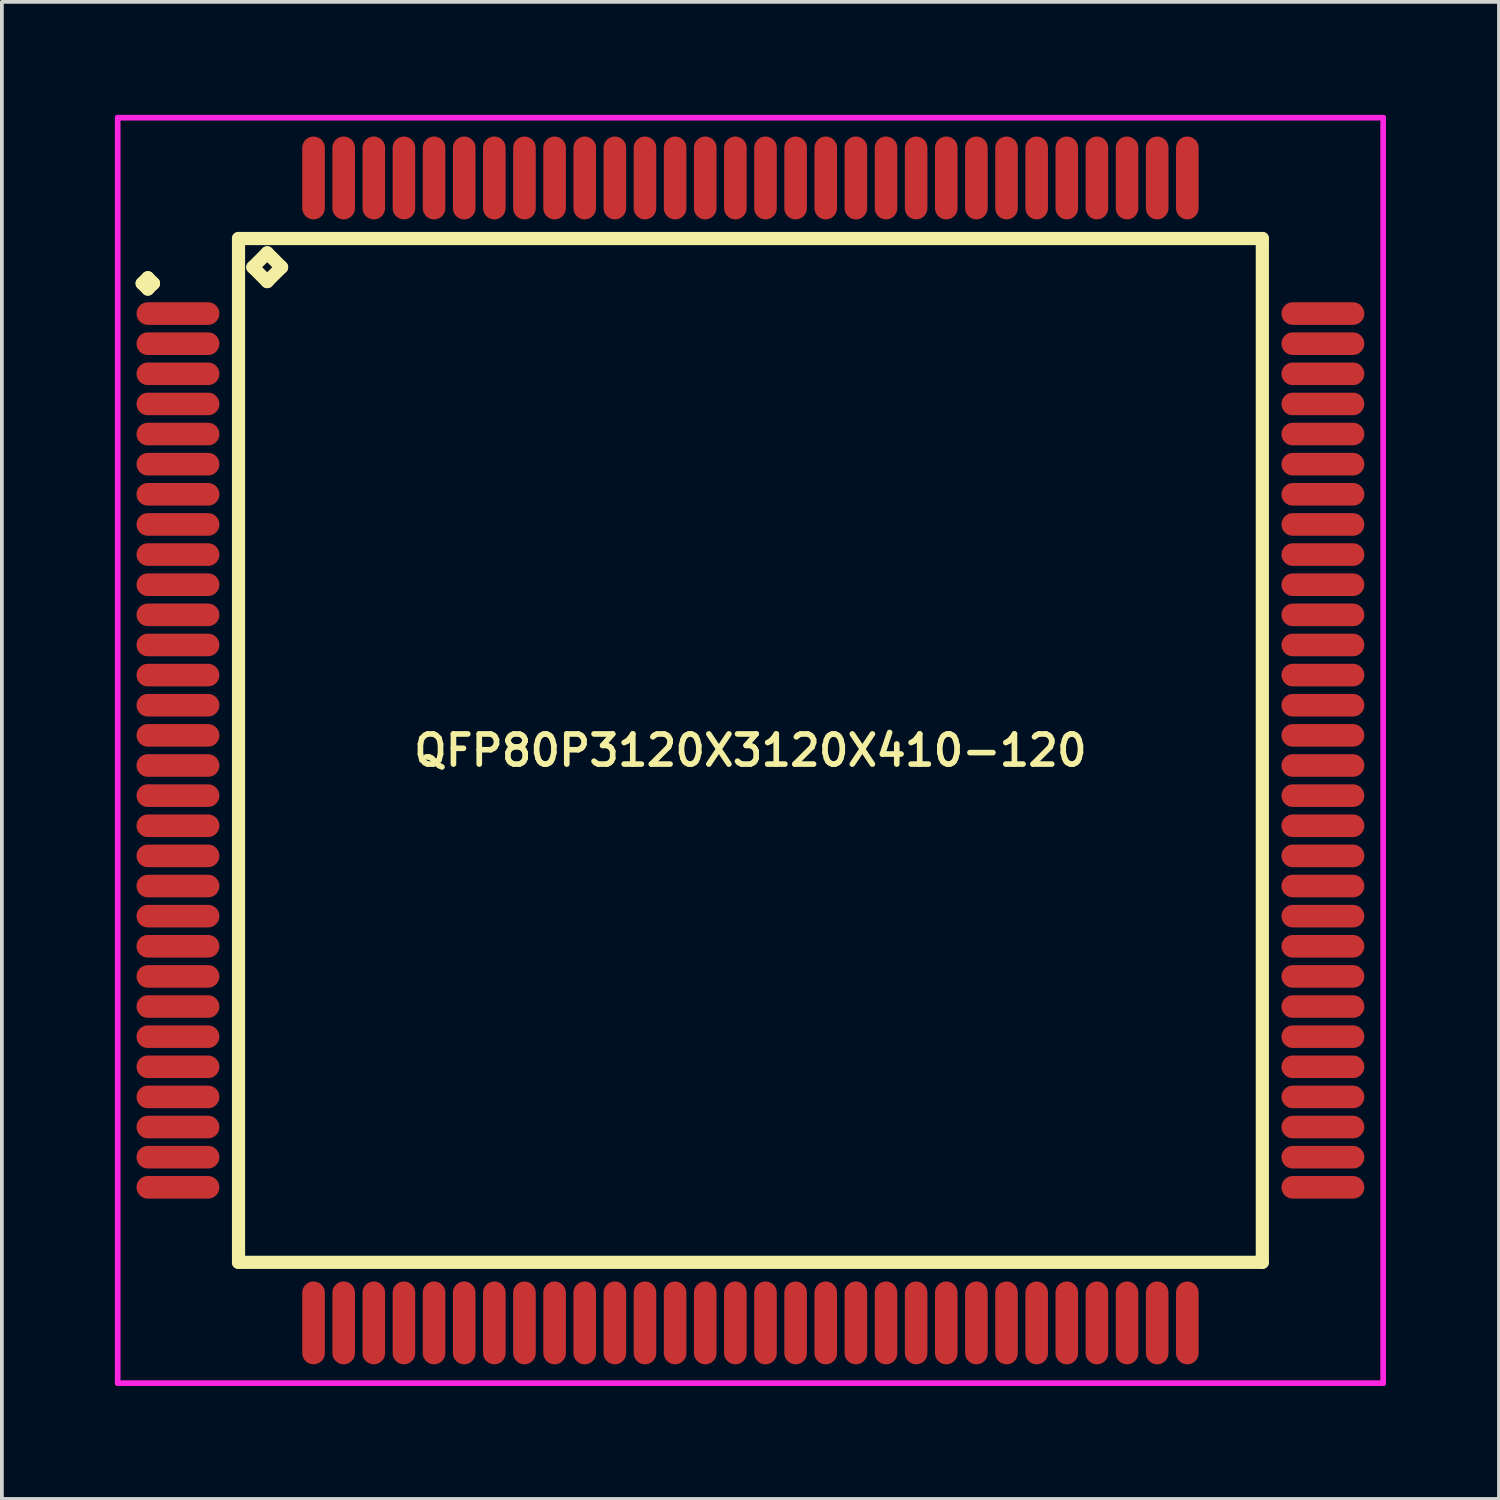
<source format=kicad_pcb>
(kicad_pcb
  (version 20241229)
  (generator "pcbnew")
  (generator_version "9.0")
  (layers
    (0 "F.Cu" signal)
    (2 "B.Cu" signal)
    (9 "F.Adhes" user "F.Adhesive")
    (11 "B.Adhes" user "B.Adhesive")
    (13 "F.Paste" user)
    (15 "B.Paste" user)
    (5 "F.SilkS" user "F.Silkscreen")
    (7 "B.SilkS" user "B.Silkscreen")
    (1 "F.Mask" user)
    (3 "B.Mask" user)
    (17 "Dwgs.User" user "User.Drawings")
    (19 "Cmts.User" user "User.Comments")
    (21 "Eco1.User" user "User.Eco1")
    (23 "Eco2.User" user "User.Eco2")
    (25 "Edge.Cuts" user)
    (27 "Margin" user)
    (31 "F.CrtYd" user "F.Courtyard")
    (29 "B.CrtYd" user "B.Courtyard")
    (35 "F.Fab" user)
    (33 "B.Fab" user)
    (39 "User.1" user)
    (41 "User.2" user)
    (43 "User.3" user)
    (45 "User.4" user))
  (footprint "QFP80P3120X3120X410-120"
    (layer "F.Cu")
    (at 16.875 16.875)
    (property "Reference" "QFP80P3120X3120X410-120" (at 0 0 0) (layer "F.SilkS") (effects (font (size 0.8 0.8) (thickness 0.15))))
    (attr smd)
    (fp_line (start -16.15 -12.4) (end -16 -12.55) (stroke (width 0.35) (type solid)) (layer "F.SilkS"))
    (fp_line (start -16 -12.55) (end -15.85 -12.4) (stroke (width 0.35) (type solid)) (layer "F.SilkS"))
    (fp_line (start -16 -12.25) (end -16.15 -12.4) (stroke (width 0.35) (type solid)) (layer "F.SilkS"))
    (fp_line (start -15.85 -12.4) (end -16 -12.25) (stroke (width 0.35) (type solid)) (layer "F.SilkS"))
    (fp_line (start -13.592 -13.592) (end -13.592 13.592) (stroke (width 0.35) (type solid)) (layer "F.SilkS"))
    (fp_line (start -13.592 13.592) (end 13.592 13.592) (stroke (width 0.35) (type solid)) (layer "F.SilkS"))
    (fp_line (start -13.211 -12.83) (end -12.83 -13.211) (stroke (width 0.35) (type solid)) (layer "F.SilkS"))
    (fp_line (start -12.83 -13.211) (end -12.449 -12.83) (stroke (width 0.35) (type solid)) (layer "F.SilkS"))
    (fp_line (start -12.83 -12.449) (end -13.211 -12.83) (stroke (width 0.35) (type solid)) (layer "F.SilkS"))
    (fp_line (start -12.449 -12.83) (end -12.83 -12.449) (stroke (width 0.35) (type solid)) (layer "F.SilkS"))
    (fp_line (start 13.592 -13.592) (end -13.592 -13.592) (stroke (width 0.35) (type solid)) (layer "F.SilkS"))
    (fp_line (start 13.592 13.592) (end 13.592 -13.592) (stroke (width 0.35) (type solid)) (layer "F.SilkS"))
    (fp_line (start -16.8 -16.8) (end 16.8 -16.8) (stroke (width 0.15) (type solid)) (layer "F.CrtYd"))
    (fp_line (start -16.8 16.8) (end -16.8 -16.8) (stroke (width 0.15) (type solid)) (layer "F.CrtYd"))
    (fp_line (start 16.8 -16.8) (end 16.8 16.8) (stroke (width 0.15) (type solid)) (layer "F.CrtYd"))
    (fp_line (start 16.8 16.8) (end -16.8 16.8) (stroke (width 0.15) (type solid)) (layer "F.CrtYd"))
    (pad "1" smd oval (at -15.2 -11.6) (size 2.2 0.6) (layers "F.Cu" "F.Mask" "F.Paste"))
    (pad "2" smd oval (at -15.2 -10.8) (size 2.2 0.6) (layers "F.Cu" "F.Mask" "F.Paste"))
    (pad "3" smd oval (at -15.2 -10) (size 2.2 0.6) (layers "F.Cu" "F.Mask" "F.Paste"))
    (pad "4" smd oval (at -15.2 -9.2) (size 2.2 0.6) (layers "F.Cu" "F.Mask" "F.Paste"))
    (pad "5" smd oval (at -15.2 -8.4) (size 2.2 0.6) (layers "F.Cu" "F.Mask" "F.Paste"))
    (pad "6" smd oval (at -15.2 -7.6) (size 2.2 0.6) (layers "F.Cu" "F.Mask" "F.Paste"))
    (pad "7" smd oval (at -15.2 -6.8) (size 2.2 0.6) (layers "F.Cu" "F.Mask" "F.Paste"))
    (pad "8" smd oval (at -15.2 -6) (size 2.2 0.6) (layers "F.Cu" "F.Mask" "F.Paste"))
    (pad "9" smd oval (at -15.2 -5.2) (size 2.2 0.6) (layers "F.Cu" "F.Mask" "F.Paste"))
    (pad "10" smd oval (at -15.2 -4.4) (size 2.2 0.6) (layers "F.Cu" "F.Mask" "F.Paste"))
    (pad "11" smd oval (at -15.2 -3.6) (size 2.2 0.6) (layers "F.Cu" "F.Mask" "F.Paste"))
    (pad "12" smd oval (at -15.2 -2.8) (size 2.2 0.6) (layers "F.Cu" "F.Mask" "F.Paste"))
    (pad "13" smd oval (at -15.2 -2) (size 2.2 0.6) (layers "F.Cu" "F.Mask" "F.Paste"))
    (pad "14" smd oval (at -15.2 -1.2) (size 2.2 0.6) (layers "F.Cu" "F.Mask" "F.Paste"))
    (pad "15" smd oval (at -15.2 -0.4) (size 2.2 0.6) (layers "F.Cu" "F.Mask" "F.Paste"))
    (pad "16" smd oval (at -15.2 0.4) (size 2.2 0.6) (layers "F.Cu" "F.Mask" "F.Paste"))
    (pad "17" smd oval (at -15.2 1.2) (size 2.2 0.6) (layers "F.Cu" "F.Mask" "F.Paste"))
    (pad "18" smd oval (at -15.2 2) (size 2.2 0.6) (layers "F.Cu" "F.Mask" "F.Paste"))
    (pad "19" smd oval (at -15.2 2.8) (size 2.2 0.6) (layers "F.Cu" "F.Mask" "F.Paste"))
    (pad "20" smd oval (at -15.2 3.6) (size 2.2 0.6) (layers "F.Cu" "F.Mask" "F.Paste"))
    (pad "21" smd oval (at -15.2 4.4) (size 2.2 0.6) (layers "F.Cu" "F.Mask" "F.Paste"))
    (pad "22" smd oval (at -15.2 5.2) (size 2.2 0.6) (layers "F.Cu" "F.Mask" "F.Paste"))
    (pad "23" smd oval (at -15.2 6) (size 2.2 0.6) (layers "F.Cu" "F.Mask" "F.Paste"))
    (pad "24" smd oval (at -15.2 6.8) (size 2.2 0.6) (layers "F.Cu" "F.Mask" "F.Paste"))
    (pad "25" smd oval (at -15.2 7.6) (size 2.2 0.6) (layers "F.Cu" "F.Mask" "F.Paste"))
    (pad "26" smd oval (at -15.2 8.4) (size 2.2 0.6) (layers "F.Cu" "F.Mask" "F.Paste"))
    (pad "27" smd oval (at -15.2 9.2) (size 2.2 0.6) (layers "F.Cu" "F.Mask" "F.Paste"))
    (pad "28" smd oval (at -15.2 10) (size 2.2 0.6) (layers "F.Cu" "F.Mask" "F.Paste"))
    (pad "29" smd oval (at -15.2 10.8) (size 2.2 0.6) (layers "F.Cu" "F.Mask" "F.Paste"))
    (pad "30" smd oval (at -15.2 11.6) (size 2.2 0.6) (layers "F.Cu" "F.Mask" "F.Paste"))
    (pad "31" smd oval (at -11.6 15.2) (size 0.6 2.2) (layers "F.Cu" "F.Mask" "F.Paste"))
    (pad "32" smd oval (at -10.8 15.2) (size 0.6 2.2) (layers "F.Cu" "F.Mask" "F.Paste"))
    (pad "33" smd oval (at -10 15.2) (size 0.6 2.2) (layers "F.Cu" "F.Mask" "F.Paste"))
    (pad "34" smd oval (at -9.2 15.2) (size 0.6 2.2) (layers "F.Cu" "F.Mask" "F.Paste"))
    (pad "35" smd oval (at -8.4 15.2) (size 0.6 2.2) (layers "F.Cu" "F.Mask" "F.Paste"))
    (pad "36" smd oval (at -7.6 15.2) (size 0.6 2.2) (layers "F.Cu" "F.Mask" "F.Paste"))
    (pad "37" smd oval (at -6.8 15.2) (size 0.6 2.2) (layers "F.Cu" "F.Mask" "F.Paste"))
    (pad "38" smd oval (at -6 15.2) (size 0.6 2.2) (layers "F.Cu" "F.Mask" "F.Paste"))
    (pad "39" smd oval (at -5.2 15.2) (size 0.6 2.2) (layers "F.Cu" "F.Mask" "F.Paste"))
    (pad "40" smd oval (at -4.4 15.2) (size 0.6 2.2) (layers "F.Cu" "F.Mask" "F.Paste"))
    (pad "41" smd oval (at -3.6 15.2) (size 0.6 2.2) (layers "F.Cu" "F.Mask" "F.Paste"))
    (pad "42" smd oval (at -2.8 15.2) (size 0.6 2.2) (layers "F.Cu" "F.Mask" "F.Paste"))
    (pad "43" smd oval (at -2 15.2) (size 0.6 2.2) (layers "F.Cu" "F.Mask" "F.Paste"))
    (pad "44" smd oval (at -1.2 15.2) (size 0.6 2.2) (layers "F.Cu" "F.Mask" "F.Paste"))
    (pad "45" smd oval (at -0.4 15.2) (size 0.6 2.2) (layers "F.Cu" "F.Mask" "F.Paste"))
    (pad "46" smd oval (at 0.4 15.2) (size 0.6 2.2) (layers "F.Cu" "F.Mask" "F.Paste"))
    (pad "47" smd oval (at 1.2 15.2) (size 0.6 2.2) (layers "F.Cu" "F.Mask" "F.Paste"))
    (pad "48" smd oval (at 2 15.2) (size 0.6 2.2) (layers "F.Cu" "F.Mask" "F.Paste"))
    (pad "49" smd oval (at 2.8 15.2) (size 0.6 2.2) (layers "F.Cu" "F.Mask" "F.Paste"))
    (pad "50" smd oval (at 3.6 15.2) (size 0.6 2.2) (layers "F.Cu" "F.Mask" "F.Paste"))
    (pad "51" smd oval (at 4.4 15.2) (size 0.6 2.2) (layers "F.Cu" "F.Mask" "F.Paste"))
    (pad "52" smd oval (at 5.2 15.2) (size 0.6 2.2) (layers "F.Cu" "F.Mask" "F.Paste"))
    (pad "53" smd oval (at 6 15.2) (size 0.6 2.2) (layers "F.Cu" "F.Mask" "F.Paste"))
    (pad "54" smd oval (at 6.8 15.2) (size 0.6 2.2) (layers "F.Cu" "F.Mask" "F.Paste"))
    (pad "55" smd oval (at 7.6 15.2) (size 0.6 2.2) (layers "F.Cu" "F.Mask" "F.Paste"))
    (pad "56" smd oval (at 8.4 15.2) (size 0.6 2.2) (layers "F.Cu" "F.Mask" "F.Paste"))
    (pad "57" smd oval (at 9.2 15.2) (size 0.6 2.2) (layers "F.Cu" "F.Mask" "F.Paste"))
    (pad "58" smd oval (at 10 15.2) (size 0.6 2.2) (layers "F.Cu" "F.Mask" "F.Paste"))
    (pad "59" smd oval (at 10.8 15.2) (size 0.6 2.2) (layers "F.Cu" "F.Mask" "F.Paste"))
    (pad "60" smd oval (at 11.6 15.2) (size 0.6 2.2) (layers "F.Cu" "F.Mask" "F.Paste"))
    (pad "61" smd oval (at 15.2 11.6) (size 2.2 0.6) (layers "F.Cu" "F.Mask" "F.Paste"))
    (pad "62" smd oval (at 15.2 10.8) (size 2.2 0.6) (layers "F.Cu" "F.Mask" "F.Paste"))
    (pad "63" smd oval (at 15.2 10) (size 2.2 0.6) (layers "F.Cu" "F.Mask" "F.Paste"))
    (pad "64" smd oval (at 15.2 9.2) (size 2.2 0.6) (layers "F.Cu" "F.Mask" "F.Paste"))
    (pad "65" smd oval (at 15.2 8.4) (size 2.2 0.6) (layers "F.Cu" "F.Mask" "F.Paste"))
    (pad "66" smd oval (at 15.2 7.6) (size 2.2 0.6) (layers "F.Cu" "F.Mask" "F.Paste"))
    (pad "67" smd oval (at 15.2 6.8) (size 2.2 0.6) (layers "F.Cu" "F.Mask" "F.Paste"))
    (pad "68" smd oval (at 15.2 6) (size 2.2 0.6) (layers "F.Cu" "F.Mask" "F.Paste"))
    (pad "69" smd oval (at 15.2 5.2) (size 2.2 0.6) (layers "F.Cu" "F.Mask" "F.Paste"))
    (pad "70" smd oval (at 15.2 4.4) (size 2.2 0.6) (layers "F.Cu" "F.Mask" "F.Paste"))
    (pad "71" smd oval (at 15.2 3.6) (size 2.2 0.6) (layers "F.Cu" "F.Mask" "F.Paste"))
    (pad "72" smd oval (at 15.2 2.8) (size 2.2 0.6) (layers "F.Cu" "F.Mask" "F.Paste"))
    (pad "73" smd oval (at 15.2 2) (size 2.2 0.6) (layers "F.Cu" "F.Mask" "F.Paste"))
    (pad "74" smd oval (at 15.2 1.2) (size 2.2 0.6) (layers "F.Cu" "F.Mask" "F.Paste"))
    (pad "75" smd oval (at 15.2 0.4) (size 2.2 0.6) (layers "F.Cu" "F.Mask" "F.Paste"))
    (pad "76" smd oval (at 15.2 -0.4) (size 2.2 0.6) (layers "F.Cu" "F.Mask" "F.Paste"))
    (pad "77" smd oval (at 15.2 -1.2) (size 2.2 0.6) (layers "F.Cu" "F.Mask" "F.Paste"))
    (pad "78" smd oval (at 15.2 -2) (size 2.2 0.6) (layers "F.Cu" "F.Mask" "F.Paste"))
    (pad "79" smd oval (at 15.2 -2.8) (size 2.2 0.6) (layers "F.Cu" "F.Mask" "F.Paste"))
    (pad "80" smd oval (at 15.2 -3.6) (size 2.2 0.6) (layers "F.Cu" "F.Mask" "F.Paste"))
    (pad "81" smd oval (at 15.2 -4.4) (size 2.2 0.6) (layers "F.Cu" "F.Mask" "F.Paste"))
    (pad "82" smd oval (at 15.2 -5.2) (size 2.2 0.6) (layers "F.Cu" "F.Mask" "F.Paste"))
    (pad "83" smd oval (at 15.2 -6) (size 2.2 0.6) (layers "F.Cu" "F.Mask" "F.Paste"))
    (pad "84" smd oval (at 15.2 -6.8) (size 2.2 0.6) (layers "F.Cu" "F.Mask" "F.Paste"))
    (pad "85" smd oval (at 15.2 -7.6) (size 2.2 0.6) (layers "F.Cu" "F.Mask" "F.Paste"))
    (pad "86" smd oval (at 15.2 -8.4) (size 2.2 0.6) (layers "F.Cu" "F.Mask" "F.Paste"))
    (pad "87" smd oval (at 15.2 -9.2) (size 2.2 0.6) (layers "F.Cu" "F.Mask" "F.Paste"))
    (pad "88" smd oval (at 15.2 -10) (size 2.2 0.6) (layers "F.Cu" "F.Mask" "F.Paste"))
    (pad "89" smd oval (at 15.2 -10.8) (size 2.2 0.6) (layers "F.Cu" "F.Mask" "F.Paste"))
    (pad "90" smd oval (at 15.2 -11.6) (size 2.2 0.6) (layers "F.Cu" "F.Mask" "F.Paste"))
    (pad "91" smd oval (at 11.6 -15.2) (size 0.6 2.2) (layers "F.Cu" "F.Mask" "F.Paste"))
    (pad "92" smd oval (at 10.8 -15.2) (size 0.6 2.2) (layers "F.Cu" "F.Mask" "F.Paste"))
    (pad "93" smd oval (at 10 -15.2) (size 0.6 2.2) (layers "F.Cu" "F.Mask" "F.Paste"))
    (pad "94" smd oval (at 9.2 -15.2) (size 0.6 2.2) (layers "F.Cu" "F.Mask" "F.Paste"))
    (pad "95" smd oval (at 8.4 -15.2) (size 0.6 2.2) (layers "F.Cu" "F.Mask" "F.Paste"))
    (pad "96" smd oval (at 7.6 -15.2) (size 0.6 2.2) (layers "F.Cu" "F.Mask" "F.Paste"))
    (pad "97" smd oval (at 6.8 -15.2) (size 0.6 2.2) (layers "F.Cu" "F.Mask" "F.Paste"))
    (pad "98" smd oval (at 6 -15.2) (size 0.6 2.2) (layers "F.Cu" "F.Mask" "F.Paste"))
    (pad "99" smd oval (at 5.2 -15.2) (size 0.6 2.2) (layers "F.Cu" "F.Mask" "F.Paste"))
    (pad "100" smd oval (at 4.4 -15.2) (size 0.6 2.2) (layers "F.Cu" "F.Mask" "F.Paste"))
    (pad "101" smd oval (at 3.6 -15.2) (size 0.6 2.2) (layers "F.Cu" "F.Mask" "F.Paste"))
    (pad "102" smd oval (at 2.8 -15.2) (size 0.6 2.2) (layers "F.Cu" "F.Mask" "F.Paste"))
    (pad "103" smd oval (at 2 -15.2) (size 0.6 2.2) (layers "F.Cu" "F.Mask" "F.Paste"))
    (pad "104" smd oval (at 1.2 -15.2) (size 0.6 2.2) (layers "F.Cu" "F.Mask" "F.Paste"))
    (pad "105" smd oval (at 0.4 -15.2) (size 0.6 2.2) (layers "F.Cu" "F.Mask" "F.Paste"))
    (pad "106" smd oval (at -0.4 -15.2) (size 0.6 2.2) (layers "F.Cu" "F.Mask" "F.Paste"))
    (pad "107" smd oval (at -1.2 -15.2) (size 0.6 2.2) (layers "F.Cu" "F.Mask" "F.Paste"))
    (pad "108" smd oval (at -2 -15.2) (size 0.6 2.2) (layers "F.Cu" "F.Mask" "F.Paste"))
    (pad "109" smd oval (at -2.8 -15.2) (size 0.6 2.2) (layers "F.Cu" "F.Mask" "F.Paste"))
    (pad "110" smd oval (at -3.6 -15.2) (size 0.6 2.2) (layers "F.Cu" "F.Mask" "F.Paste"))
    (pad "111" smd oval (at -4.4 -15.2) (size 0.6 2.2) (layers "F.Cu" "F.Mask" "F.Paste"))
    (pad "112" smd oval (at -5.2 -15.2) (size 0.6 2.2) (layers "F.Cu" "F.Mask" "F.Paste"))
    (pad "113" smd oval (at -6 -15.2) (size 0.6 2.2) (layers "F.Cu" "F.Mask" "F.Paste"))
    (pad "114" smd oval (at -6.8 -15.2) (size 0.6 2.2) (layers "F.Cu" "F.Mask" "F.Paste"))
    (pad "115" smd oval (at -7.6 -15.2) (size 0.6 2.2) (layers "F.Cu" "F.Mask" "F.Paste"))
    (pad "116" smd oval (at -8.4 -15.2) (size 0.6 2.2) (layers "F.Cu" "F.Mask" "F.Paste"))
    (pad "117" smd oval (at -9.2 -15.2) (size 0.6 2.2) (layers "F.Cu" "F.Mask" "F.Paste"))
    (pad "118" smd oval (at -10 -15.2) (size 0.6 2.2) (layers "F.Cu" "F.Mask" "F.Paste"))
    (pad "119" smd oval (at -10.8 -15.2) (size 0.6 2.2) (layers "F.Cu" "F.Mask" "F.Paste"))
    (pad "120" smd oval (at -11.6 -15.2) (size 0.6 2.2) (layers "F.Cu" "F.Mask" "F.Paste")))
  (gr_rect
    (start -3 -3)
    (end 36.75 36.75)
    (stroke (width 0.1) (type default))
    (fill no)
    (layer "Edge.Cuts")))
</source>
